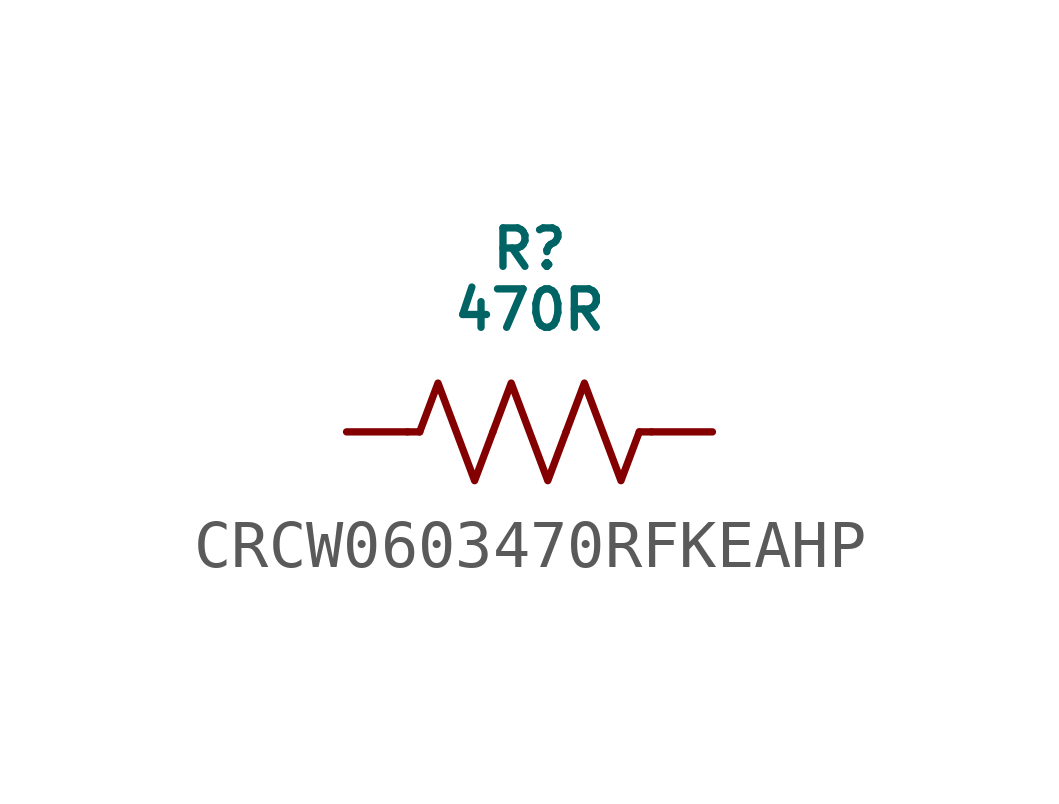
<source format=kicad_sym>
(kicad_symbol_lib
  (version 20220914)
  (generator kicad_symbol_editor)
  (symbol "CRCW0603470RFKEAHP"
    (pin_numbers hide)
    (pin_names
      (offset 1.016) hide)
    (property "Reference" "R"
      (at 6.35 3.81 0)
      (effects (font (size 0.8 0.8))))
    (property "Value" "470R"
      (at 6.35 2.54 0)
      (effects (font (size 0.8 0.8))))
    (symbol "CRCW0603470RFKEAHP_0_1"
      (polyline (pts (xy 4.064 0) (xy 3.81 0)) (stroke (width 0) (type default)) (fill (type none)))
      (polyline (pts (xy 8.636 0) (xy 8.89 0)) (stroke (width 0) (type default)) (fill (type none)))
      (polyline (pts (xy 4.064 0) (xy 4.445 1.016) (xy 4.826 0) (xy 5.207 -1.016) (xy 5.588 0)) (stroke (width 0) (type default)) (fill (type none)))
      (polyline (pts (xy 5.588 0) (xy 5.969 1.016) (xy 6.35 0) (xy 6.731 -1.016) (xy 7.112 0)) (stroke (width 0) (type default)) (fill (type none)))
      (polyline (pts (xy 7.112 0) (xy 7.493 1.016) (xy 7.874 0) (xy 8.255 -1.016) (xy 8.636 0)) (stroke (width 0) (type default)) (fill (type none))))
    (symbol "CRCW0603470RFKEAHP_1_1"
      (pin passive line (at 2.54 0 0) (length 1.27) (name "" (effects (font (size 1.27 1.27)))) (number "1" (effects (font (size 1.27 1.27)))))
      (pin passive line (at 10.16 0 180) (length 1.27) (name "" (effects (font (size 1.27 1.27)))) (number "2" (effects (font (size 1.27 1.27))))))))
</source>
